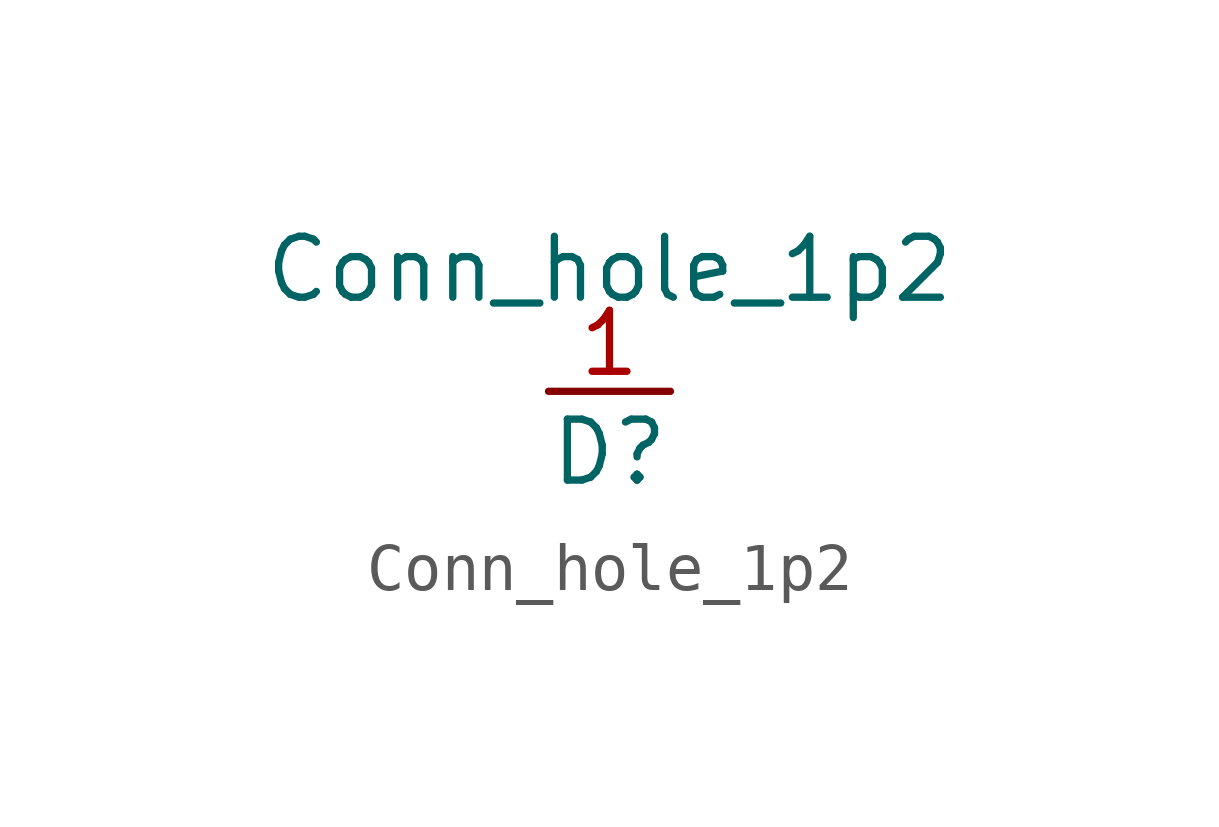
<source format=kicad_sym>
(kicad_symbol_lib
  (version 20211014)
  (generator kicad_symbol_editor)
  (symbol "Conn_hole_1p2"
    (property "Reference" "D"
      (at -1.27 -1.27 0)
      (effects (font (size 1.27 1.27))))
    (property "Value" "Conn_hole_1p2"
      (at -1.27 2.54 0)
      (effects (font (size 1.27 1.27))))
    (symbol "Conn_hole_1p2_1_1"
      (pin input line (at -2.54 0 0) (length 2.54) (name "" (effects (font (size 1.27 1.27)))) (number "1" (effects (font (size 1.27 1.27))))))))
</source>
